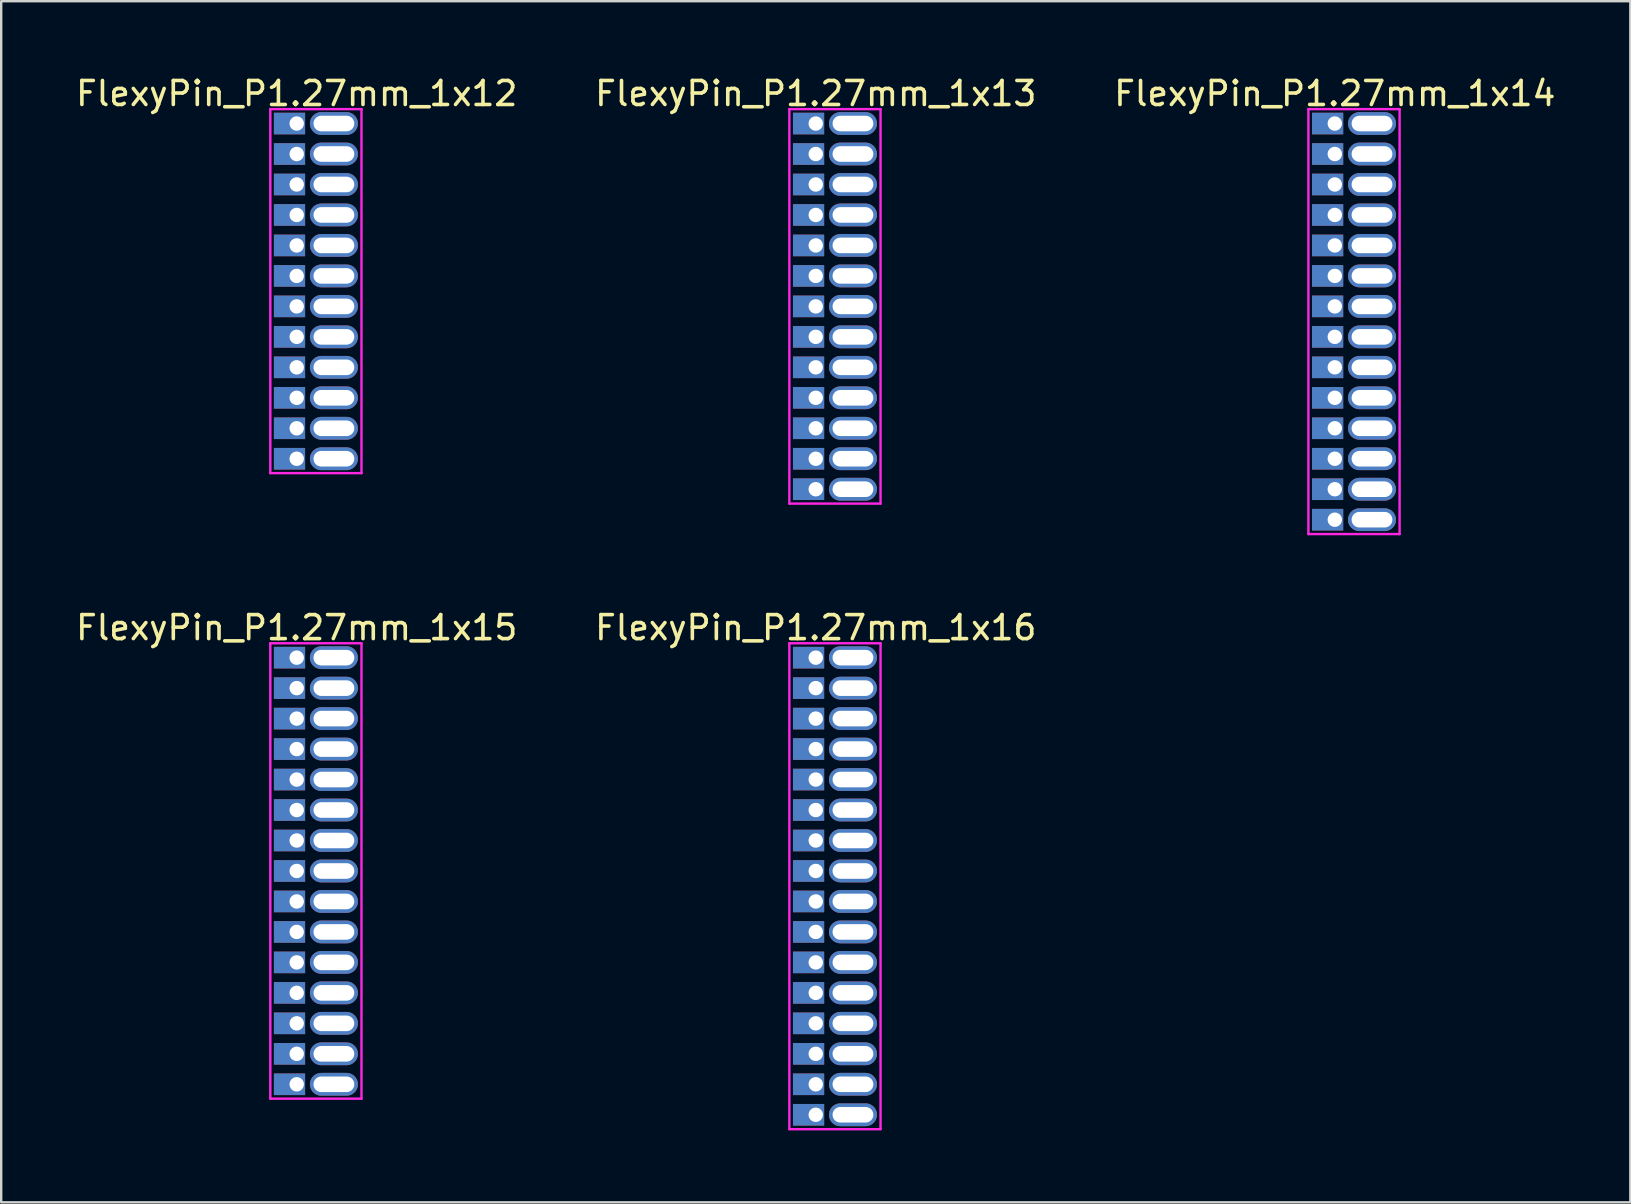
<source format=kicad_pcb>
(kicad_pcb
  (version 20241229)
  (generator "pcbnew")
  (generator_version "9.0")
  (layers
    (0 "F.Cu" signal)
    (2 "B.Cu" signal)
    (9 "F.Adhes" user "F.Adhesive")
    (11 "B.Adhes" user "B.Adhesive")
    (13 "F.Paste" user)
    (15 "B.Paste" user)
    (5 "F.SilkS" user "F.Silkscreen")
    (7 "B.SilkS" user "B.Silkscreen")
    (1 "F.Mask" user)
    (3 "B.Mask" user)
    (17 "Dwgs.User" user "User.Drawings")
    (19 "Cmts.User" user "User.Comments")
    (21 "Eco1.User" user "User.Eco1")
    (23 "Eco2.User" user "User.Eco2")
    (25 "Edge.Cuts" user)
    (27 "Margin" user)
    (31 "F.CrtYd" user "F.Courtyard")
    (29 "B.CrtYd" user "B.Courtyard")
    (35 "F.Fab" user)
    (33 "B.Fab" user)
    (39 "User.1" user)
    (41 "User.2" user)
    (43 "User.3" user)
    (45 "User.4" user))
  (footprint "FlexyPin_P1.27mm_1x14"
    (layer "F.Cu")
    (at 52.577 2.098)
    (property "Reference" "FlexyPin_P1.27mm_1x14" (at 0 -1.25 0) (layer "F.SilkS") (effects (font (size 1 1) (thickness 0.15))))
    (attr through_hole)
    (fp_line (start -1.1 -0.6) (end 2.7 -0.6) (stroke (width 0.1) (type solid)) (layer "F.CrtYd"))
    (fp_line (start -1.1 17.11) (end -1.1 -0.6) (stroke (width 0.1) (type solid)) (layer "F.CrtYd"))
    (fp_line (start 2.7 -0.6) (end 2.7 17.11) (stroke (width 0.1) (type solid)) (layer "F.CrtYd"))
    (fp_line (start 2.7 17.11) (end -1.1 17.11) (stroke (width 0.1) (type solid)) (layer "F.CrtYd"))
    (pad "" thru_hole oval (at 1.55 0) (size 2 0.95) (drill oval 1.7 0.65) (layers "*.Cu" "*.Mask"))
    (pad "" thru_hole oval (at 1.55 1.27) (size 2 0.95) (drill oval 1.7 0.65) (layers "*.Cu" "*.Mask"))
    (pad "" thru_hole oval (at 1.55 2.54) (size 2 0.95) (drill oval 1.7 0.65) (layers "*.Cu" "*.Mask"))
    (pad "" thru_hole oval (at 1.55 3.81) (size 2 0.95) (drill oval 1.7 0.65) (layers "*.Cu" "*.Mask"))
    (pad "" thru_hole oval (at 1.55 5.08) (size 2 0.95) (drill oval 1.7 0.65) (layers "*.Cu" "*.Mask"))
    (pad "" thru_hole oval (at 1.55 6.35) (size 2 0.95) (drill oval 1.7 0.65) (layers "*.Cu" "*.Mask"))
    (pad "" thru_hole oval (at 1.55 7.62) (size 2 0.95) (drill oval 1.7 0.65) (layers "*.Cu" "*.Mask"))
    (pad "" thru_hole oval (at 1.55 8.89) (size 2 0.95) (drill oval 1.7 0.65) (layers "*.Cu" "*.Mask"))
    (pad "" thru_hole oval (at 1.55 10.16) (size 2 0.95) (drill oval 1.7 0.65) (layers "*.Cu" "*.Mask"))
    (pad "" thru_hole oval (at 1.55 11.43) (size 2 0.95) (drill oval 1.7 0.65) (layers "*.Cu" "*.Mask"))
    (pad "" thru_hole oval (at 1.55 12.7) (size 2 0.95) (drill oval 1.7 0.65) (layers "*.Cu" "*.Mask"))
    (pad "" thru_hole oval (at 1.55 13.97) (size 2 0.95) (drill oval 1.7 0.65) (layers "*.Cu" "*.Mask"))
    (pad "" thru_hole oval (at 1.55 15.24) (size 2 0.95) (drill oval 1.7 0.65) (layers "*.Cu" "*.Mask"))
    (pad "" thru_hole oval (at 1.55 16.51) (size 2 0.95) (drill oval 1.7 0.65) (layers "*.Cu" "*.Mask"))
    (pad "1" thru_hole rect (at 0 0) (size 1.3 0.9) (drill 0.6 (offset -0.3 0)) (layers "*.Cu" "*.Mask"))
    (pad "2" thru_hole rect (at 0 1.27) (size 1.3 0.9) (drill 0.6 (offset -0.3 0)) (layers "*.Cu" "*.Mask"))
    (pad "3" thru_hole rect (at 0 2.54) (size 1.3 0.9) (drill 0.6 (offset -0.3 0)) (layers "*.Cu" "*.Mask"))
    (pad "4" thru_hole rect (at 0 3.81) (size 1.3 0.9) (drill 0.6 (offset -0.3 0)) (layers "*.Cu" "*.Mask"))
    (pad "5" thru_hole rect (at 0 5.08) (size 1.3 0.9) (drill 0.6 (offset -0.3 0)) (layers "*.Cu" "*.Mask"))
    (pad "6" thru_hole rect (at 0 6.35) (size 1.3 0.9) (drill 0.6 (offset -0.3 0)) (layers "*.Cu" "*.Mask"))
    (pad "7" thru_hole rect (at 0 7.62) (size 1.3 0.9) (drill 0.6 (offset -0.3 0)) (layers "*.Cu" "*.Mask"))
    (pad "8" thru_hole rect (at 0 8.89) (size 1.3 0.9) (drill 0.6 (offset -0.3 0)) (layers "*.Cu" "*.Mask"))
    (pad "9" thru_hole rect (at 0 10.16) (size 1.3 0.9) (drill 0.6 (offset -0.3 0)) (layers "*.Cu" "*.Mask"))
    (pad "10" thru_hole rect (at 0 11.43) (size 1.3 0.9) (drill 0.6 (offset -0.3 0)) (layers "*.Cu" "*.Mask"))
    (pad "11" thru_hole rect (at 0 12.7) (size 1.3 0.9) (drill 0.6 (offset -0.3 0)) (layers "*.Cu" "*.Mask"))
    (pad "12" thru_hole rect (at 0 13.97) (size 1.3 0.9) (drill 0.6 (offset -0.3 0)) (layers "*.Cu" "*.Mask"))
    (pad "13" thru_hole rect (at 0 15.24) (size 1.3 0.9) (drill 0.6 (offset -0.3 0)) (layers "*.Cu" "*.Mask"))
    (pad "14" thru_hole rect (at 0 16.51) (size 1.3 0.9) (drill 0.6 (offset -0.3 0)) (layers "*.Cu" "*.Mask")))
  (footprint "FlexyPin_P1.27mm_1x15"
    (layer "F.Cu")
    (at 9.315 24.357)
    (property "Reference" "FlexyPin_P1.27mm_1x15" (at 0 -1.25 0) (layer "F.SilkS") (effects (font (size 1 1) (thickness 0.15))))
    (attr through_hole)
    (fp_line (start -1.1 -0.6) (end 2.7 -0.6) (stroke (width 0.1) (type solid)) (layer "F.CrtYd"))
    (fp_line (start -1.1 18.38) (end -1.1 -0.6) (stroke (width 0.1) (type solid)) (layer "F.CrtYd"))
    (fp_line (start 2.7 -0.6) (end 2.7 18.38) (stroke (width 0.1) (type solid)) (layer "F.CrtYd"))
    (fp_line (start 2.7 18.38) (end -1.1 18.38) (stroke (width 0.1) (type solid)) (layer "F.CrtYd"))
    (pad "" thru_hole oval (at 1.55 0) (size 2 0.95) (drill oval 1.7 0.65) (layers "*.Cu" "*.Mask"))
    (pad "" thru_hole oval (at 1.55 1.27) (size 2 0.95) (drill oval 1.7 0.65) (layers "*.Cu" "*.Mask"))
    (pad "" thru_hole oval (at 1.55 2.54) (size 2 0.95) (drill oval 1.7 0.65) (layers "*.Cu" "*.Mask"))
    (pad "" thru_hole oval (at 1.55 3.81) (size 2 0.95) (drill oval 1.7 0.65) (layers "*.Cu" "*.Mask"))
    (pad "" thru_hole oval (at 1.55 5.08) (size 2 0.95) (drill oval 1.7 0.65) (layers "*.Cu" "*.Mask"))
    (pad "" thru_hole oval (at 1.55 6.35) (size 2 0.95) (drill oval 1.7 0.65) (layers "*.Cu" "*.Mask"))
    (pad "" thru_hole oval (at 1.55 7.62) (size 2 0.95) (drill oval 1.7 0.65) (layers "*.Cu" "*.Mask"))
    (pad "" thru_hole oval (at 1.55 8.89) (size 2 0.95) (drill oval 1.7 0.65) (layers "*.Cu" "*.Mask"))
    (pad "" thru_hole oval (at 1.55 10.16) (size 2 0.95) (drill oval 1.7 0.65) (layers "*.Cu" "*.Mask"))
    (pad "" thru_hole oval (at 1.55 11.43) (size 2 0.95) (drill oval 1.7 0.65) (layers "*.Cu" "*.Mask"))
    (pad "" thru_hole oval (at 1.55 12.7) (size 2 0.95) (drill oval 1.7 0.65) (layers "*.Cu" "*.Mask"))
    (pad "" thru_hole oval (at 1.55 13.97) (size 2 0.95) (drill oval 1.7 0.65) (layers "*.Cu" "*.Mask"))
    (pad "" thru_hole oval (at 1.55 15.24) (size 2 0.95) (drill oval 1.7 0.65) (layers "*.Cu" "*.Mask"))
    (pad "" thru_hole oval (at 1.55 16.51) (size 2 0.95) (drill oval 1.7 0.65) (layers "*.Cu" "*.Mask"))
    (pad "" thru_hole oval (at 1.55 17.78) (size 2 0.95) (drill oval 1.7 0.65) (layers "*.Cu" "*.Mask"))
    (pad "1" thru_hole rect (at 0 0) (size 1.3 0.9) (drill 0.6 (offset -0.3 0)) (layers "*.Cu" "*.Mask"))
    (pad "2" thru_hole rect (at 0 1.27) (size 1.3 0.9) (drill 0.6 (offset -0.3 0)) (layers "*.Cu" "*.Mask"))
    (pad "3" thru_hole rect (at 0 2.54) (size 1.3 0.9) (drill 0.6 (offset -0.3 0)) (layers "*.Cu" "*.Mask"))
    (pad "4" thru_hole rect (at 0 3.81) (size 1.3 0.9) (drill 0.6 (offset -0.3 0)) (layers "*.Cu" "*.Mask"))
    (pad "5" thru_hole rect (at 0 5.08) (size 1.3 0.9) (drill 0.6 (offset -0.3 0)) (layers "*.Cu" "*.Mask"))
    (pad "6" thru_hole rect (at 0 6.35) (size 1.3 0.9) (drill 0.6 (offset -0.3 0)) (layers "*.Cu" "*.Mask"))
    (pad "7" thru_hole rect (at 0 7.62) (size 1.3 0.9) (drill 0.6 (offset -0.3 0)) (layers "*.Cu" "*.Mask"))
    (pad "8" thru_hole rect (at 0 8.89) (size 1.3 0.9) (drill 0.6 (offset -0.3 0)) (layers "*.Cu" "*.Mask"))
    (pad "9" thru_hole rect (at 0 10.16) (size 1.3 0.9) (drill 0.6 (offset -0.3 0)) (layers "*.Cu" "*.Mask"))
    (pad "10" thru_hole rect (at 0 11.43) (size 1.3 0.9) (drill 0.6 (offset -0.3 0)) (layers "*.Cu" "*.Mask"))
    (pad "11" thru_hole rect (at 0 12.7) (size 1.3 0.9) (drill 0.6 (offset -0.3 0)) (layers "*.Cu" "*.Mask"))
    (pad "12" thru_hole rect (at 0 13.97) (size 1.3 0.9) (drill 0.6 (offset -0.3 0)) (layers "*.Cu" "*.Mask"))
    (pad "13" thru_hole rect (at 0 15.24) (size 1.3 0.9) (drill 0.6 (offset -0.3 0)) (layers "*.Cu" "*.Mask"))
    (pad "14" thru_hole rect (at 0 16.51) (size 1.3 0.9) (drill 0.6 (offset -0.3 0)) (layers "*.Cu" "*.Mask"))
    (pad "15" thru_hole rect (at 0 17.78) (size 1.3 0.9) (drill 0.6 (offset -0.3 0)) (layers "*.Cu" "*.Mask")))
  (footprint "FlexyPin_P1.27mm_1x12"
    (layer "F.Cu")
    (at 9.315 2.098)
    (property "Reference" "FlexyPin_P1.27mm_1x12" (at 0 -1.25 0) (layer "F.SilkS") (effects (font (size 1 1) (thickness 0.15))))
    (attr through_hole)
    (fp_line (start -1.1 -0.6) (end 2.7 -0.6) (stroke (width 0.1) (type solid)) (layer "F.CrtYd"))
    (fp_line (start -1.1 14.57) (end -1.1 -0.6) (stroke (width 0.1) (type solid)) (layer "F.CrtYd"))
    (fp_line (start 2.7 -0.6) (end 2.7 14.57) (stroke (width 0.1) (type solid)) (layer "F.CrtYd"))
    (fp_line (start 2.7 14.57) (end -1.1 14.57) (stroke (width 0.1) (type solid)) (layer "F.CrtYd"))
    (pad "" thru_hole oval (at 1.55 0) (size 2 0.95) (drill oval 1.7 0.65) (layers "*.Cu" "*.Mask"))
    (pad "" thru_hole oval (at 1.55 1.27) (size 2 0.95) (drill oval 1.7 0.65) (layers "*.Cu" "*.Mask"))
    (pad "" thru_hole oval (at 1.55 2.54) (size 2 0.95) (drill oval 1.7 0.65) (layers "*.Cu" "*.Mask"))
    (pad "" thru_hole oval (at 1.55 3.81) (size 2 0.95) (drill oval 1.7 0.65) (layers "*.Cu" "*.Mask"))
    (pad "" thru_hole oval (at 1.55 5.08) (size 2 0.95) (drill oval 1.7 0.65) (layers "*.Cu" "*.Mask"))
    (pad "" thru_hole oval (at 1.55 6.35) (size 2 0.95) (drill oval 1.7 0.65) (layers "*.Cu" "*.Mask"))
    (pad "" thru_hole oval (at 1.55 7.62) (size 2 0.95) (drill oval 1.7 0.65) (layers "*.Cu" "*.Mask"))
    (pad "" thru_hole oval (at 1.55 8.89) (size 2 0.95) (drill oval 1.7 0.65) (layers "*.Cu" "*.Mask"))
    (pad "" thru_hole oval (at 1.55 10.16) (size 2 0.95) (drill oval 1.7 0.65) (layers "*.Cu" "*.Mask"))
    (pad "" thru_hole oval (at 1.55 11.43) (size 2 0.95) (drill oval 1.7 0.65) (layers "*.Cu" "*.Mask"))
    (pad "" thru_hole oval (at 1.55 12.7) (size 2 0.95) (drill oval 1.7 0.65) (layers "*.Cu" "*.Mask"))
    (pad "" thru_hole oval (at 1.55 13.97) (size 2 0.95) (drill oval 1.7 0.65) (layers "*.Cu" "*.Mask"))
    (pad "1" thru_hole rect (at 0 0) (size 1.3 0.9) (drill 0.6 (offset -0.3 0)) (layers "*.Cu" "*.Mask"))
    (pad "2" thru_hole rect (at 0 1.27) (size 1.3 0.9) (drill 0.6 (offset -0.3 0)) (layers "*.Cu" "*.Mask"))
    (pad "3" thru_hole rect (at 0 2.54) (size 1.3 0.9) (drill 0.6 (offset -0.3 0)) (layers "*.Cu" "*.Mask"))
    (pad "4" thru_hole rect (at 0 3.81) (size 1.3 0.9) (drill 0.6 (offset -0.3 0)) (layers "*.Cu" "*.Mask"))
    (pad "5" thru_hole rect (at 0 5.08) (size 1.3 0.9) (drill 0.6 (offset -0.3 0)) (layers "*.Cu" "*.Mask"))
    (pad "6" thru_hole rect (at 0 6.35) (size 1.3 0.9) (drill 0.6 (offset -0.3 0)) (layers "*.Cu" "*.Mask"))
    (pad "7" thru_hole rect (at 0 7.62) (size 1.3 0.9) (drill 0.6 (offset -0.3 0)) (layers "*.Cu" "*.Mask"))
    (pad "8" thru_hole rect (at 0 8.89) (size 1.3 0.9) (drill 0.6 (offset -0.3 0)) (layers "*.Cu" "*.Mask"))
    (pad "9" thru_hole rect (at 0 10.16) (size 1.3 0.9) (drill 0.6 (offset -0.3 0)) (layers "*.Cu" "*.Mask"))
    (pad "10" thru_hole rect (at 0 11.43) (size 1.3 0.9) (drill 0.6 (offset -0.3 0)) (layers "*.Cu" "*.Mask"))
    (pad "11" thru_hole rect (at 0 12.7) (size 1.3 0.9) (drill 0.6 (offset -0.3 0)) (layers "*.Cu" "*.Mask"))
    (pad "12" thru_hole rect (at 0 13.97) (size 1.3 0.9) (drill 0.6 (offset -0.3 0)) (layers "*.Cu" "*.Mask")))
  (footprint "FlexyPin_P1.27mm_1x13"
    (layer "F.Cu")
    (at 30.946 2.098)
    (property "Reference" "FlexyPin_P1.27mm_1x13" (at 0 -1.25 0) (layer "F.SilkS") (effects (font (size 1 1) (thickness 0.15))))
    (attr through_hole)
    (fp_line (start -1.1 -0.6) (end 2.7 -0.6) (stroke (width 0.1) (type solid)) (layer "F.CrtYd"))
    (fp_line (start -1.1 15.84) (end -1.1 -0.6) (stroke (width 0.1) (type solid)) (layer "F.CrtYd"))
    (fp_line (start 2.7 -0.6) (end 2.7 15.84) (stroke (width 0.1) (type solid)) (layer "F.CrtYd"))
    (fp_line (start 2.7 15.84) (end -1.1 15.84) (stroke (width 0.1) (type solid)) (layer "F.CrtYd"))
    (pad "" thru_hole oval (at 1.55 0) (size 2 0.95) (drill oval 1.7 0.65) (layers "*.Cu" "*.Mask"))
    (pad "" thru_hole oval (at 1.55 1.27) (size 2 0.95) (drill oval 1.7 0.65) (layers "*.Cu" "*.Mask"))
    (pad "" thru_hole oval (at 1.55 2.54) (size 2 0.95) (drill oval 1.7 0.65) (layers "*.Cu" "*.Mask"))
    (pad "" thru_hole oval (at 1.55 3.81) (size 2 0.95) (drill oval 1.7 0.65) (layers "*.Cu" "*.Mask"))
    (pad "" thru_hole oval (at 1.55 5.08) (size 2 0.95) (drill oval 1.7 0.65) (layers "*.Cu" "*.Mask"))
    (pad "" thru_hole oval (at 1.55 6.35) (size 2 0.95) (drill oval 1.7 0.65) (layers "*.Cu" "*.Mask"))
    (pad "" thru_hole oval (at 1.55 7.62) (size 2 0.95) (drill oval 1.7 0.65) (layers "*.Cu" "*.Mask"))
    (pad "" thru_hole oval (at 1.55 8.89) (size 2 0.95) (drill oval 1.7 0.65) (layers "*.Cu" "*.Mask"))
    (pad "" thru_hole oval (at 1.55 10.16) (size 2 0.95) (drill oval 1.7 0.65) (layers "*.Cu" "*.Mask"))
    (pad "" thru_hole oval (at 1.55 11.43) (size 2 0.95) (drill oval 1.7 0.65) (layers "*.Cu" "*.Mask"))
    (pad "" thru_hole oval (at 1.55 12.7) (size 2 0.95) (drill oval 1.7 0.65) (layers "*.Cu" "*.Mask"))
    (pad "" thru_hole oval (at 1.55 13.97) (size 2 0.95) (drill oval 1.7 0.65) (layers "*.Cu" "*.Mask"))
    (pad "" thru_hole oval (at 1.55 15.24) (size 2 0.95) (drill oval 1.7 0.65) (layers "*.Cu" "*.Mask"))
    (pad "1" thru_hole rect (at 0 0) (size 1.3 0.9) (drill 0.6 (offset -0.3 0)) (layers "*.Cu" "*.Mask"))
    (pad "2" thru_hole rect (at 0 1.27) (size 1.3 0.9) (drill 0.6 (offset -0.3 0)) (layers "*.Cu" "*.Mask"))
    (pad "3" thru_hole rect (at 0 2.54) (size 1.3 0.9) (drill 0.6 (offset -0.3 0)) (layers "*.Cu" "*.Mask"))
    (pad "4" thru_hole rect (at 0 3.81) (size 1.3 0.9) (drill 0.6 (offset -0.3 0)) (layers "*.Cu" "*.Mask"))
    (pad "5" thru_hole rect (at 0 5.08) (size 1.3 0.9) (drill 0.6 (offset -0.3 0)) (layers "*.Cu" "*.Mask"))
    (pad "6" thru_hole rect (at 0 6.35) (size 1.3 0.9) (drill 0.6 (offset -0.3 0)) (layers "*.Cu" "*.Mask"))
    (pad "7" thru_hole rect (at 0 7.62) (size 1.3 0.9) (drill 0.6 (offset -0.3 0)) (layers "*.Cu" "*.Mask"))
    (pad "8" thru_hole rect (at 0 8.89) (size 1.3 0.9) (drill 0.6 (offset -0.3 0)) (layers "*.Cu" "*.Mask"))
    (pad "9" thru_hole rect (at 0 10.16) (size 1.3 0.9) (drill 0.6 (offset -0.3 0)) (layers "*.Cu" "*.Mask"))
    (pad "10" thru_hole rect (at 0 11.43) (size 1.3 0.9) (drill 0.6 (offset -0.3 0)) (layers "*.Cu" "*.Mask"))
    (pad "11" thru_hole rect (at 0 12.7) (size 1.3 0.9) (drill 0.6 (offset -0.3 0)) (layers "*.Cu" "*.Mask"))
    (pad "12" thru_hole rect (at 0 13.97) (size 1.3 0.9) (drill 0.6 (offset -0.3 0)) (layers "*.Cu" "*.Mask"))
    (pad "13" thru_hole rect (at 0 15.24) (size 1.3 0.9) (drill 0.6 (offset -0.3 0)) (layers "*.Cu" "*.Mask")))
  (footprint "FlexyPin_P1.27mm_1x16"
    (layer "F.Cu")
    (at 30.946 24.357)
    (property "Reference" "FlexyPin_P1.27mm_1x16" (at 0 -1.25 0) (layer "F.SilkS") (effects (font (size 1 1) (thickness 0.15))))
    (attr through_hole)
    (fp_line (start -1.1 -0.6) (end 2.7 -0.6) (stroke (width 0.1) (type solid)) (layer "F.CrtYd"))
    (fp_line (start -1.1 19.65) (end -1.1 -0.6) (stroke (width 0.1) (type solid)) (layer "F.CrtYd"))
    (fp_line (start 2.7 -0.6) (end 2.7 19.65) (stroke (width 0.1) (type solid)) (layer "F.CrtYd"))
    (fp_line (start 2.7 19.65) (end -1.1 19.65) (stroke (width 0.1) (type solid)) (layer "F.CrtYd"))
    (pad "" thru_hole oval (at 1.55 0) (size 2 0.95) (drill oval 1.7 0.65) (layers "*.Cu" "*.Mask"))
    (pad "" thru_hole oval (at 1.55 1.27) (size 2 0.95) (drill oval 1.7 0.65) (layers "*.Cu" "*.Mask"))
    (pad "" thru_hole oval (at 1.55 2.54) (size 2 0.95) (drill oval 1.7 0.65) (layers "*.Cu" "*.Mask"))
    (pad "" thru_hole oval (at 1.55 3.81) (size 2 0.95) (drill oval 1.7 0.65) (layers "*.Cu" "*.Mask"))
    (pad "" thru_hole oval (at 1.55 5.08) (size 2 0.95) (drill oval 1.7 0.65) (layers "*.Cu" "*.Mask"))
    (pad "" thru_hole oval (at 1.55 6.35) (size 2 0.95) (drill oval 1.7 0.65) (layers "*.Cu" "*.Mask"))
    (pad "" thru_hole oval (at 1.55 7.62) (size 2 0.95) (drill oval 1.7 0.65) (layers "*.Cu" "*.Mask"))
    (pad "" thru_hole oval (at 1.55 8.89) (size 2 0.95) (drill oval 1.7 0.65) (layers "*.Cu" "*.Mask"))
    (pad "" thru_hole oval (at 1.55 10.16) (size 2 0.95) (drill oval 1.7 0.65) (layers "*.Cu" "*.Mask"))
    (pad "" thru_hole oval (at 1.55 11.43) (size 2 0.95) (drill oval 1.7 0.65) (layers "*.Cu" "*.Mask"))
    (pad "" thru_hole oval (at 1.55 12.7) (size 2 0.95) (drill oval 1.7 0.65) (layers "*.Cu" "*.Mask"))
    (pad "" thru_hole oval (at 1.55 13.97) (size 2 0.95) (drill oval 1.7 0.65) (layers "*.Cu" "*.Mask"))
    (pad "" thru_hole oval (at 1.55 15.24) (size 2 0.95) (drill oval 1.7 0.65) (layers "*.Cu" "*.Mask"))
    (pad "" thru_hole oval (at 1.55 16.51) (size 2 0.95) (drill oval 1.7 0.65) (layers "*.Cu" "*.Mask"))
    (pad "" thru_hole oval (at 1.55 17.78) (size 2 0.95) (drill oval 1.7 0.65) (layers "*.Cu" "*.Mask"))
    (pad "" thru_hole oval (at 1.55 19.05) (size 2 0.95) (drill oval 1.7 0.65) (layers "*.Cu" "*.Mask"))
    (pad "1" thru_hole rect (at 0 0) (size 1.3 0.9) (drill 0.6 (offset -0.3 0)) (layers "*.Cu" "*.Mask"))
    (pad "2" thru_hole rect (at 0 1.27) (size 1.3 0.9) (drill 0.6 (offset -0.3 0)) (layers "*.Cu" "*.Mask"))
    (pad "3" thru_hole rect (at 0 2.54) (size 1.3 0.9) (drill 0.6 (offset -0.3 0)) (layers "*.Cu" "*.Mask"))
    (pad "4" thru_hole rect (at 0 3.81) (size 1.3 0.9) (drill 0.6 (offset -0.3 0)) (layers "*.Cu" "*.Mask"))
    (pad "5" thru_hole rect (at 0 5.08) (size 1.3 0.9) (drill 0.6 (offset -0.3 0)) (layers "*.Cu" "*.Mask"))
    (pad "6" thru_hole rect (at 0 6.35) (size 1.3 0.9) (drill 0.6 (offset -0.3 0)) (layers "*.Cu" "*.Mask"))
    (pad "7" thru_hole rect (at 0 7.62) (size 1.3 0.9) (drill 0.6 (offset -0.3 0)) (layers "*.Cu" "*.Mask"))
    (pad "8" thru_hole rect (at 0 8.89) (size 1.3 0.9) (drill 0.6 (offset -0.3 0)) (layers "*.Cu" "*.Mask"))
    (pad "9" thru_hole rect (at 0 10.16) (size 1.3 0.9) (drill 0.6 (offset -0.3 0)) (layers "*.Cu" "*.Mask"))
    (pad "10" thru_hole rect (at 0 11.43) (size 1.3 0.9) (drill 0.6 (offset -0.3 0)) (layers "*.Cu" "*.Mask"))
    (pad "11" thru_hole rect (at 0 12.7) (size 1.3 0.9) (drill 0.6 (offset -0.3 0)) (layers "*.Cu" "*.Mask"))
    (pad "12" thru_hole rect (at 0 13.97) (size 1.3 0.9) (drill 0.6 (offset -0.3 0)) (layers "*.Cu" "*.Mask"))
    (pad "13" thru_hole rect (at 0 15.24) (size 1.3 0.9) (drill 0.6 (offset -0.3 0)) (layers "*.Cu" "*.Mask"))
    (pad "14" thru_hole rect (at 0 16.51) (size 1.3 0.9) (drill 0.6 (offset -0.3 0)) (layers "*.Cu" "*.Mask"))
    (pad "15" thru_hole rect (at 0 17.78) (size 1.3 0.9) (drill 0.6 (offset -0.3 0)) (layers "*.Cu" "*.Mask"))
    (pad "16" thru_hole rect (at 0 19.05) (size 1.3 0.9) (drill 0.6 (offset -0.3 0)) (layers "*.Cu" "*.Mask")))
  (gr_rect
    (start -3 -3)
    (end 64.893 47.056)
    (stroke (width 0.1) (type default))
    (fill no)
    (layer "Edge.Cuts")))
</source>
